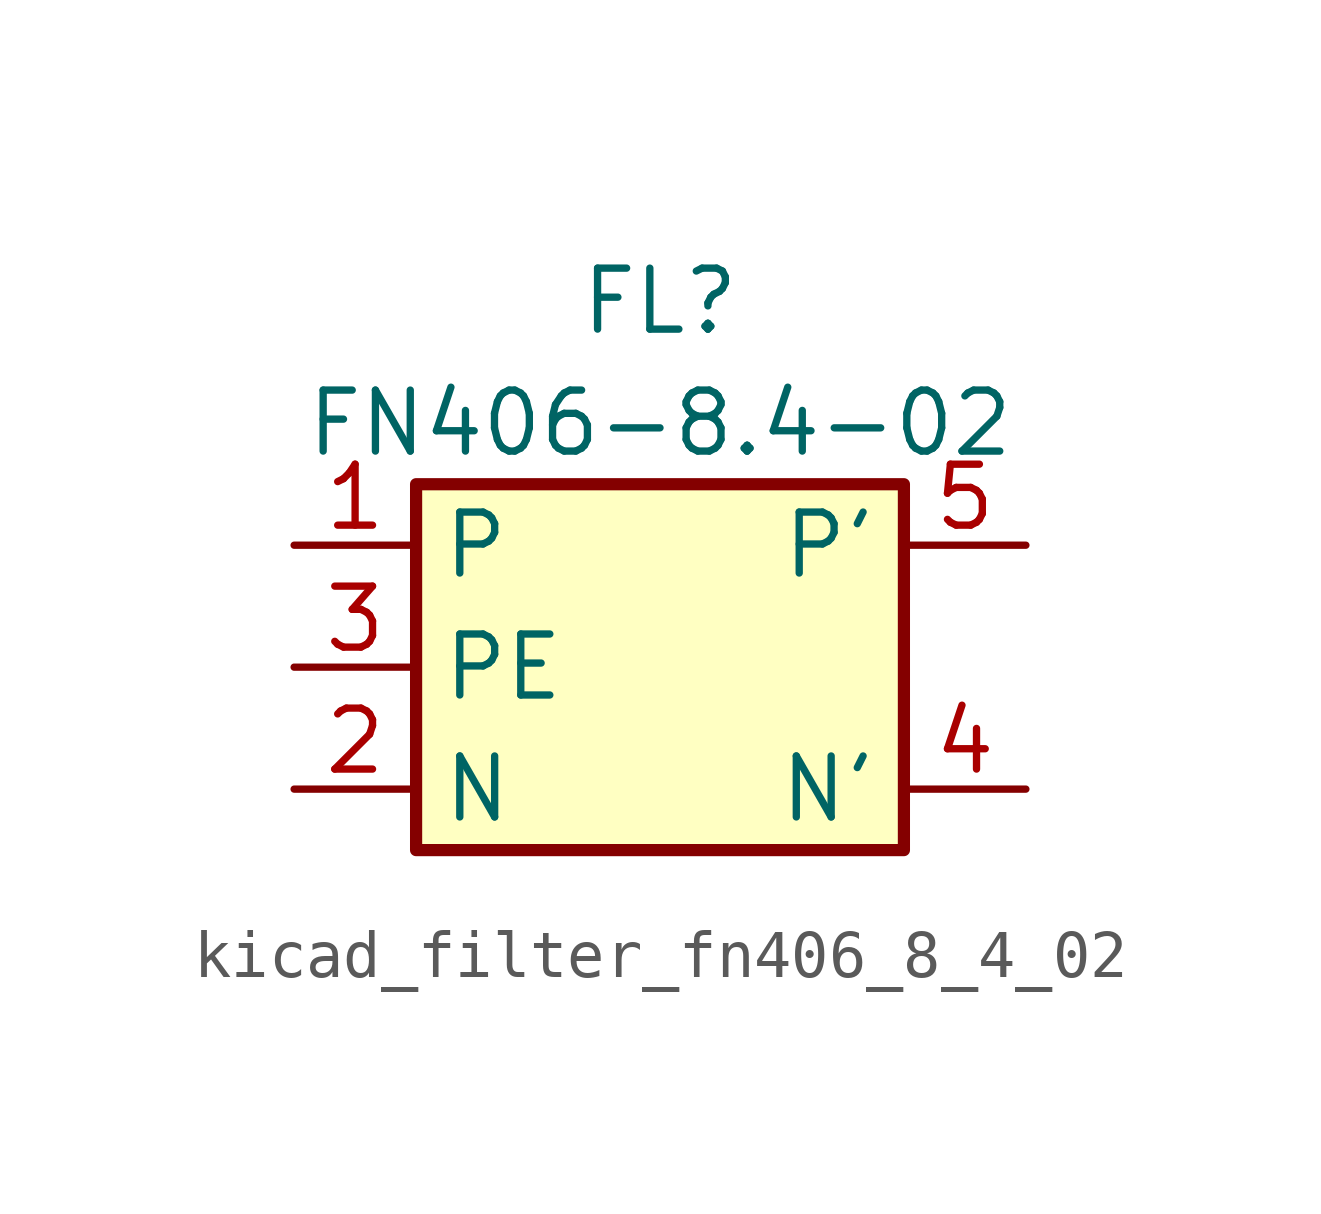
<source format=kicad_sym>
(kicad_symbol_lib
  (version 20220914)
  (generator kicad_symbol_editor)
  (symbol "kicad_filter_fn406_8_4_02"
    (property "Reference" "FL"
      (at 0 7.62 0)
      (effects (font (size 1.27 1.27))))
    (property "Value" "FN406-8.4-02"
      (at 0 5.08 0)
      (effects (font (size 1.27 1.27))))
    (symbol "kicad_filter_fn406_8_4_02_0_1"
      (rectangle (start -5.08 3.81) (end 5.08 -3.81) (stroke (width 0.254) (type default)) (fill (type background))))
    (symbol "kicad_filter_fn406_8_4_02_1_1"
      (pin passive line (at -7.62 2.54 0) (length 2.54) (name "P" (effects (font (size 1.27 1.27)))) (number "1" (effects (font (size 1.27 1.27)))))
      (pin passive line (at -7.62 -2.54 0) (length 2.54) (name "N" (effects (font (size 1.27 1.27)))) (number "2" (effects (font (size 1.27 1.27)))))
      (pin passive line (at -7.62 0 0) (length 2.54) (name "PE" (effects (font (size 1.27 1.27)))) (number "3" (effects (font (size 1.27 1.27)))))
      (pin passive line (at 7.62 -2.54 180) (length 2.54) (name "N'" (effects (font (size 1.27 1.27)))) (number "4" (effects (font (size 1.27 1.27)))))
      (pin passive line (at 7.62 2.54 180) (length 2.54) (name "P'" (effects (font (size 1.27 1.27)))) (number "5" (effects (font (size 1.27 1.27))))))))
</source>
